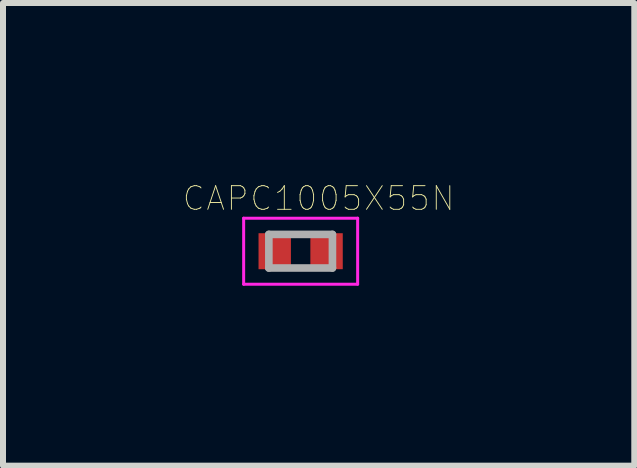
<source format=kicad_pcb>
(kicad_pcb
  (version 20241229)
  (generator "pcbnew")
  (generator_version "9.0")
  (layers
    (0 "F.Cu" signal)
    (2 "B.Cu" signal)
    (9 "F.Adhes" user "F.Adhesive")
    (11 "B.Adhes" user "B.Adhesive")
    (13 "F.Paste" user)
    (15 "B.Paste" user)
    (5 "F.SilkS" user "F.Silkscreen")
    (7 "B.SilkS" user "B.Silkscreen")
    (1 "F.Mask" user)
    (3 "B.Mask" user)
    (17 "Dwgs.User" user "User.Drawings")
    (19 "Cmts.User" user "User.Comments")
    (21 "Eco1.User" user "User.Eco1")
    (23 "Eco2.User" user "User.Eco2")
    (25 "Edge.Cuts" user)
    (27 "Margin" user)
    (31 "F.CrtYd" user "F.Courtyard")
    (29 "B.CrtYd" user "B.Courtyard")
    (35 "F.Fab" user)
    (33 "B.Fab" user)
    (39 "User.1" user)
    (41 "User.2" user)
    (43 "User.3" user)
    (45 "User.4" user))
  (footprint "CAPC1005X55N"
    (layer "F.Cu")
    (at 1.961 1.137)
    (property "Reference" "CAPC1005X55N" (at 0.3 -0.88 0) (layer "F.SilkS") (effects (font (size 0.394 0.394) (thickness 0.015))))
    (attr through_hole)
    (fp_line (start -0.95 -0.55) (end 0.95 -0.55) (stroke (width 0.05) (type solid)) (layer "F.CrtYd"))
    (fp_line (start -0.95 0.55) (end -0.95 -0.55) (stroke (width 0.05) (type solid)) (layer "F.CrtYd"))
    (fp_line (start -0.95 0.55) (end 0.95 0.55) (stroke (width 0.05) (type solid)) (layer "F.CrtYd"))
    (fp_line (start 0.95 0.55) (end 0.95 -0.55) (stroke (width 0.05) (type solid)) (layer "F.CrtYd"))
    (fp_line (start -0.53 0.28) (end -0.53 -0.28) (stroke (width 0.127) (type solid)) (layer "F.Fab"))
    (fp_line (start 0.53 -0.28) (end -0.53 -0.28) (stroke (width 0.127) (type solid)) (layer "F.Fab"))
    (fp_line (start 0.53 0.28) (end -0.53 0.28) (stroke (width 0.127) (type solid)) (layer "F.Fab"))
    (fp_line (start 0.53 0.28) (end 0.53 -0.28) (stroke (width 0.127) (type solid)) (layer "F.Fab"))
    (pad "1" smd rect (at -0.432 0) (size 0.54 0.6) (layers "F.Cu" "F.Mask" "F.Paste"))
    (pad "2" smd rect (at 0.432 0) (size 0.54 0.6) (layers "F.Cu" "F.Mask" "F.Paste")))
  (gr_rect
    (start -3 -3)
    (end 7.522 4.712)
    (stroke (width 0.1) (type default))
    (fill no)
    (layer "Edge.Cuts")))
</source>
